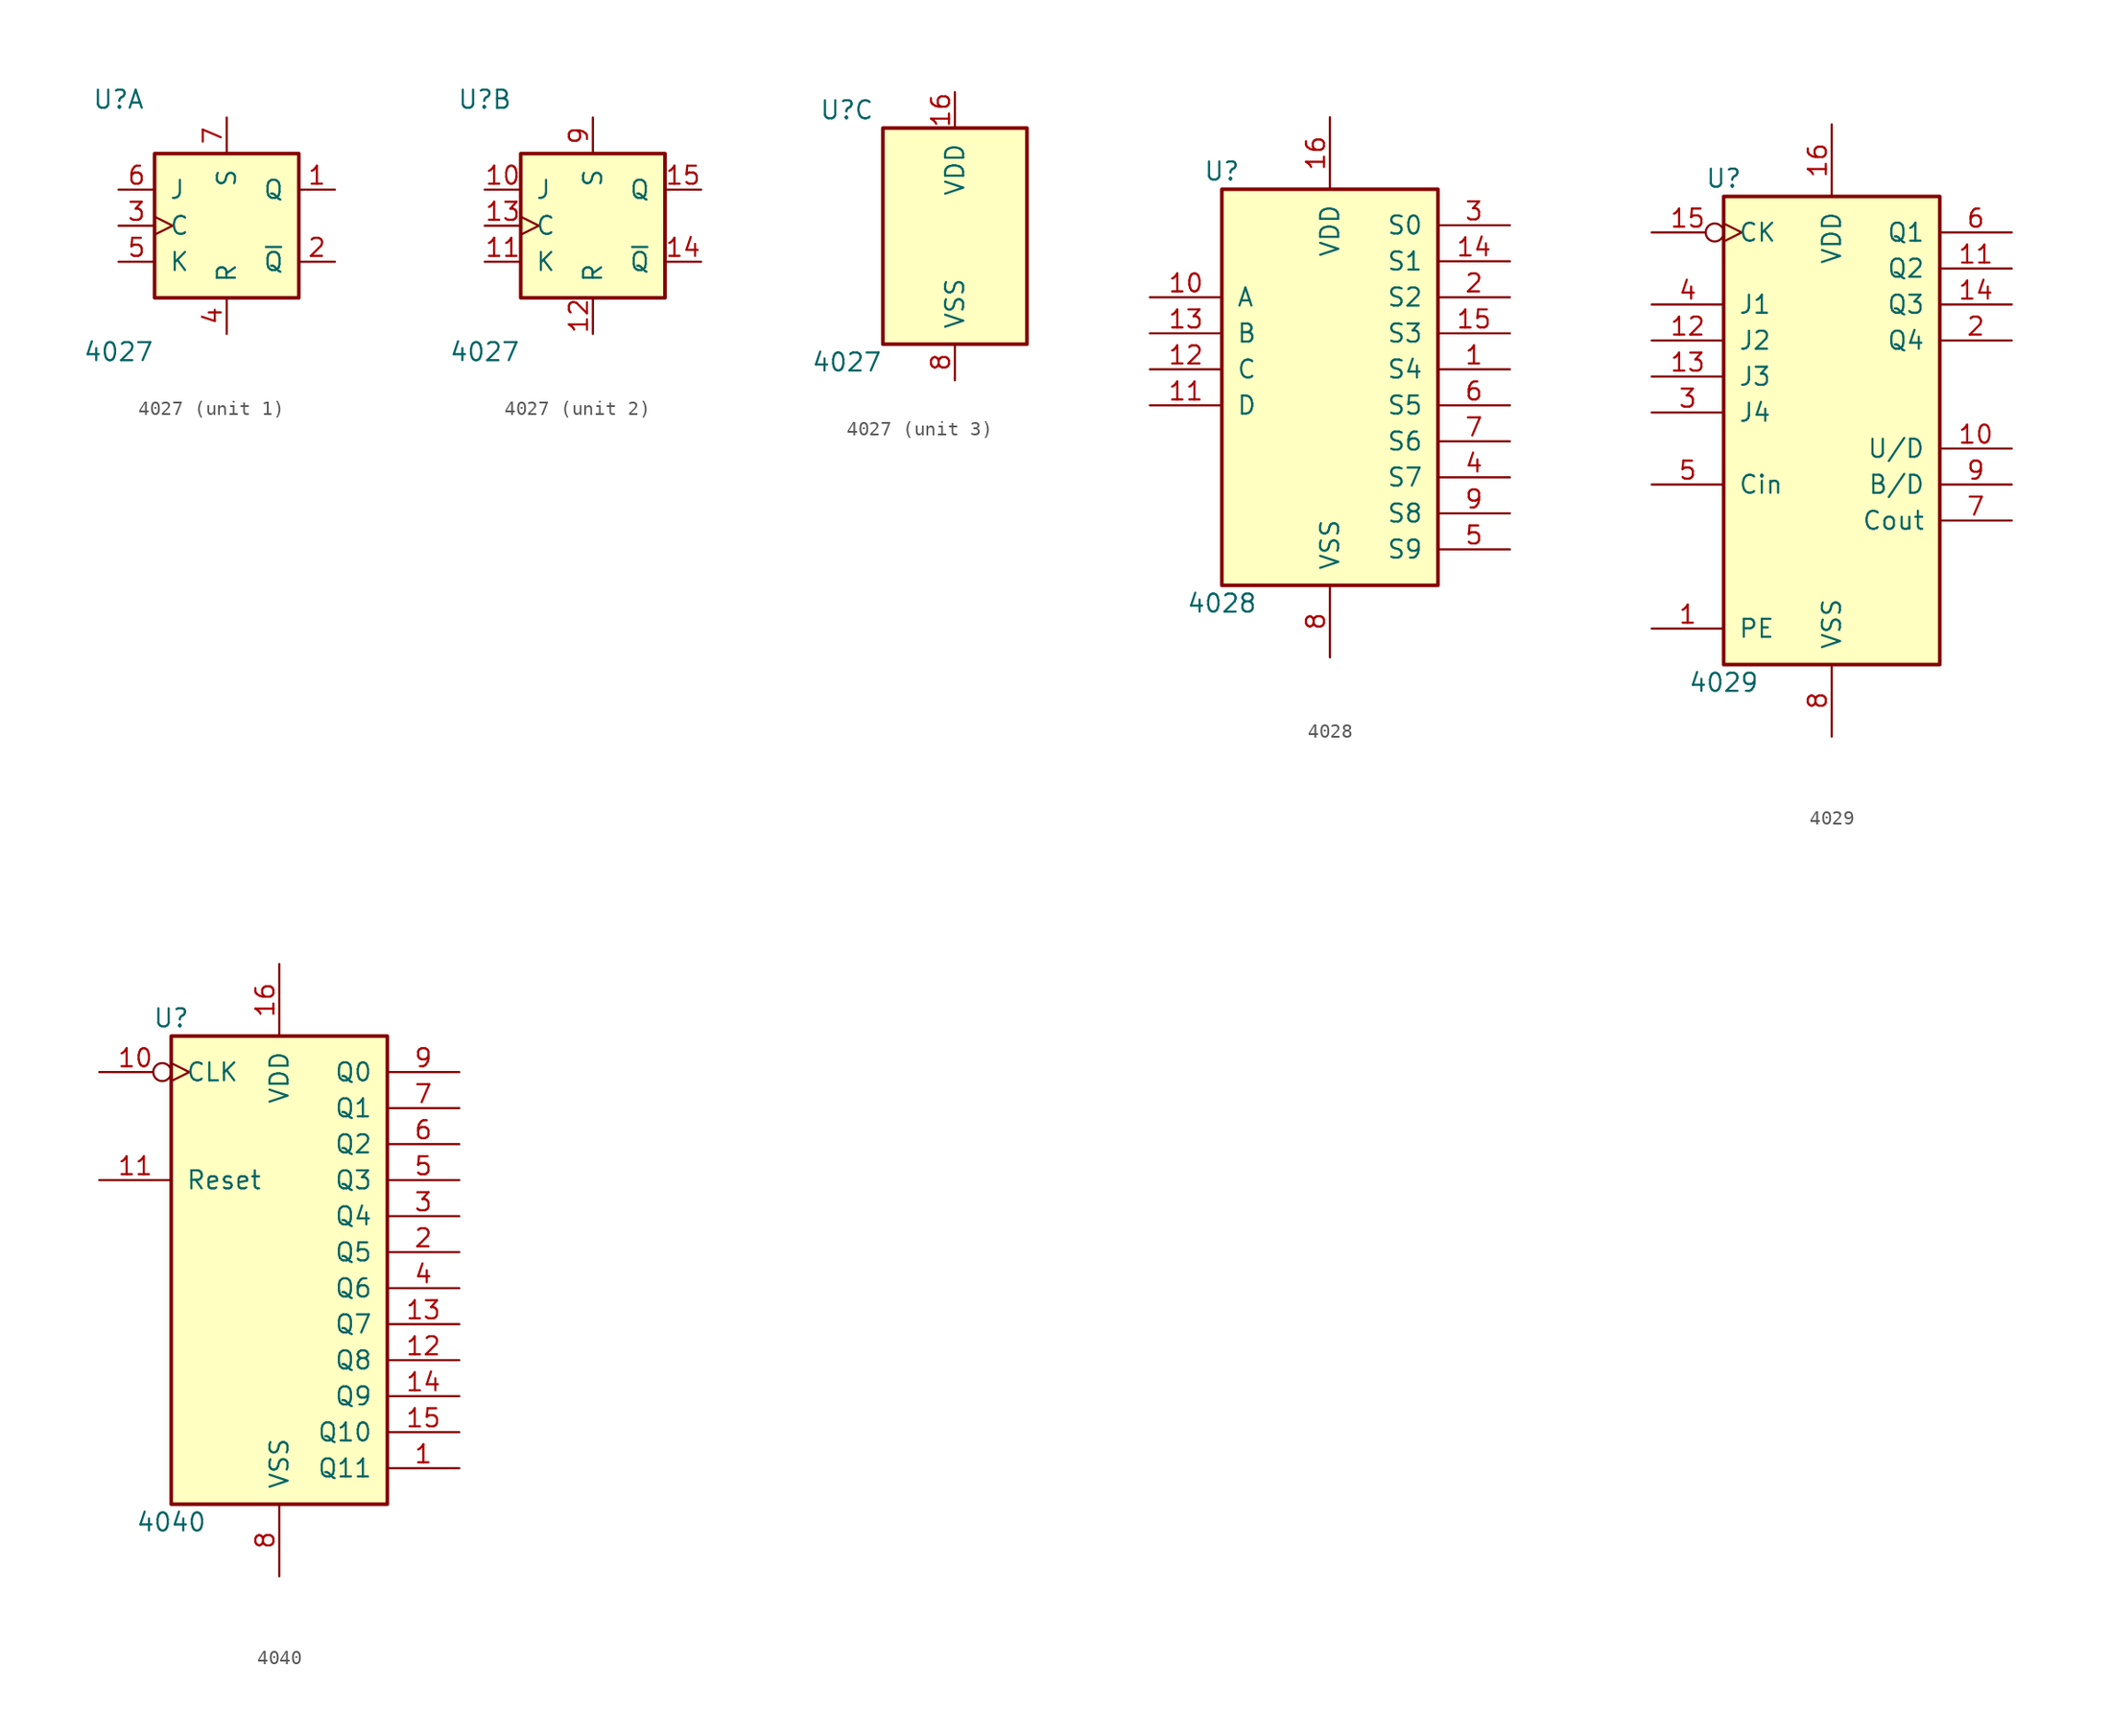
<source format=kicad_sym>
(kicad_symbol_lib
  (version 20201005)
  (generator kicad_symbol_editor)
  (symbol "4xxx:4027"
    (pin_names
      (offset 1.016))
    (property "Reference" "U"
      (at -7.62 8.89 0)
      (effects (font (size 1.27 1.27))))
    (property "Value" "4027"
      (at -7.62 -8.89 0)
      (effects (font (size 1.27 1.27))))
    (property "ki_locked" ""
      (at 0 0 0)
      (effects (font (size 1.27 1.27))))
    (symbol "4027_1_1"
      (rectangle (start -5.08 5.08) (end 5.08 -5.08) (stroke (width 0.254)) (fill (type background)))
      (pin output line (at 7.62 2.54 180) (length 2.54) (name "Q" (effects (font (size 1.27 1.27)))) (number "1" (effects (font (size 1.27 1.27)))))
      (pin output line (at 7.62 -2.54 180) (length 2.54) (name "~Q" (effects (font (size 1.27 1.27)))) (number "2" (effects (font (size 1.27 1.27)))))
      (pin input clock (at -7.62 0 0) (length 2.54) (name "C" (effects (font (size 1.27 1.27)))) (number "3" (effects (font (size 1.27 1.27)))))
      (pin input line (at 0 -7.62 90) (length 2.54) (name "R" (effects (font (size 1.27 1.27)))) (number "4" (effects (font (size 1.27 1.27)))))
      (pin input line (at -7.62 -2.54 0) (length 2.54) (name "K" (effects (font (size 1.27 1.27)))) (number "5" (effects (font (size 1.27 1.27)))))
      (pin input line (at -7.62 2.54 0) (length 2.54) (name "J" (effects (font (size 1.27 1.27)))) (number "6" (effects (font (size 1.27 1.27)))))
      (pin input line (at 0 7.62 270) (length 2.54) (name "S" (effects (font (size 1.27 1.27)))) (number "7" (effects (font (size 1.27 1.27))))))
    (symbol "4027_2_1"
      (rectangle (start -5.08 5.08) (end 5.08 -5.08) (stroke (width 0.254)) (fill (type background)))
      (pin input line (at -7.62 2.54 0) (length 2.54) (name "J" (effects (font (size 1.27 1.27)))) (number "10" (effects (font (size 1.27 1.27)))))
      (pin input line (at -7.62 -2.54 0) (length 2.54) (name "K" (effects (font (size 1.27 1.27)))) (number "11" (effects (font (size 1.27 1.27)))))
      (pin input line (at 0 -7.62 90) (length 2.54) (name "R" (effects (font (size 1.27 1.27)))) (number "12" (effects (font (size 1.27 1.27)))))
      (pin input clock (at -7.62 0 0) (length 2.54) (name "C" (effects (font (size 1.27 1.27)))) (number "13" (effects (font (size 1.27 1.27)))))
      (pin output line (at 7.62 -2.54 180) (length 2.54) (name "~Q" (effects (font (size 1.27 1.27)))) (number "14" (effects (font (size 1.27 1.27)))))
      (pin output line (at 7.62 2.54 180) (length 2.54) (name "Q" (effects (font (size 1.27 1.27)))) (number "15" (effects (font (size 1.27 1.27)))))
      (pin input line (at 0 7.62 270) (length 2.54) (name "S" (effects (font (size 1.27 1.27)))) (number "9" (effects (font (size 1.27 1.27))))))
    (symbol "4027_3_0"
      (pin power_in line (at 0 10.16 270) (length 2.54) (name "VDD" (effects (font (size 1.27 1.27)))) (number "16" (effects (font (size 1.27 1.27)))))
      (pin power_in line (at 0 -10.16 90) (length 2.54) (name "VSS" (effects (font (size 1.27 1.27)))) (number "8" (effects (font (size 1.27 1.27))))))
    (symbol "4027_3_1"
      (rectangle (start -5.08 7.62) (end 5.08 -7.62) (stroke (width 0.254)) (fill (type background)))))
  (symbol "4xxx:4028"
    (pin_names
      (offset 1.016))
    (property "Reference" "U"
      (at -7.62 13.97 0)
      (effects (font (size 1.27 1.27))))
    (property "Value" "4028"
      (at -7.62 -16.51 0)
      (effects (font (size 1.27 1.27))))
    (property "ki_locked" ""
      (at 0 0 0)
      (effects (font (size 1.27 1.27))))
    (symbol "4028_1_0"
      (pin output line (at 12.7 0 180) (length 5.08) (name "S4" (effects (font (size 1.27 1.27)))) (number "1" (effects (font (size 1.27 1.27)))))
      (pin input line (at -12.7 5.08 0) (length 5.08) (name "A" (effects (font (size 1.27 1.27)))) (number "10" (effects (font (size 1.27 1.27)))))
      (pin input line (at -12.7 -2.54 0) (length 5.08) (name "D" (effects (font (size 1.27 1.27)))) (number "11" (effects (font (size 1.27 1.27)))))
      (pin input line (at -12.7 0 0) (length 5.08) (name "C" (effects (font (size 1.27 1.27)))) (number "12" (effects (font (size 1.27 1.27)))))
      (pin input line (at -12.7 2.54 0) (length 5.08) (name "B" (effects (font (size 1.27 1.27)))) (number "13" (effects (font (size 1.27 1.27)))))
      (pin output line (at 12.7 7.62 180) (length 5.08) (name "S1" (effects (font (size 1.27 1.27)))) (number "14" (effects (font (size 1.27 1.27)))))
      (pin output line (at 12.7 2.54 180) (length 5.08) (name "S3" (effects (font (size 1.27 1.27)))) (number "15" (effects (font (size 1.27 1.27)))))
      (pin power_in line (at 0 17.78 270) (length 5.08) (name "VDD" (effects (font (size 1.27 1.27)))) (number "16" (effects (font (size 1.27 1.27)))))
      (pin output line (at 12.7 5.08 180) (length 5.08) (name "S2" (effects (font (size 1.27 1.27)))) (number "2" (effects (font (size 1.27 1.27)))))
      (pin output line (at 12.7 10.16 180) (length 5.08) (name "S0" (effects (font (size 1.27 1.27)))) (number "3" (effects (font (size 1.27 1.27)))))
      (pin output line (at 12.7 -7.62 180) (length 5.08) (name "S7" (effects (font (size 1.27 1.27)))) (number "4" (effects (font (size 1.27 1.27)))))
      (pin output line (at 12.7 -12.7 180) (length 5.08) (name "S9" (effects (font (size 1.27 1.27)))) (number "5" (effects (font (size 1.27 1.27)))))
      (pin output line (at 12.7 -2.54 180) (length 5.08) (name "S5" (effects (font (size 1.27 1.27)))) (number "6" (effects (font (size 1.27 1.27)))))
      (pin output line (at 12.7 -5.08 180) (length 5.08) (name "S6" (effects (font (size 1.27 1.27)))) (number "7" (effects (font (size 1.27 1.27)))))
      (pin power_in line (at 0 -20.32 90) (length 5.08) (name "VSS" (effects (font (size 1.27 1.27)))) (number "8" (effects (font (size 1.27 1.27)))))
      (pin output line (at 12.7 -10.16 180) (length 5.08) (name "S8" (effects (font (size 1.27 1.27)))) (number "9" (effects (font (size 1.27 1.27))))))
    (symbol "4028_1_1"
      (rectangle (start -7.62 12.7) (end 7.62 -15.24) (stroke (width 0.254)) (fill (type background)))))
  (symbol "4xxx:4029"
    (pin_names
      (offset 1.016))
    (property "Reference" "U"
      (at -7.62 16.51 0)
      (effects (font (size 1.27 1.27))))
    (property "Value" "4029"
      (at -7.62 -19.05 0)
      (effects (font (size 1.27 1.27))))
    (property "ki_locked" ""
      (at 0 0 0)
      (effects (font (size 1.27 1.27))))
    (symbol "4029_1_0"
      (pin input line (at -12.7 -15.24 0) (length 5.08) (name "PE" (effects (font (size 1.27 1.27)))) (number "1" (effects (font (size 1.27 1.27)))))
      (pin input line (at 12.7 -2.54 180) (length 5.08) (name "U/D" (effects (font (size 1.27 1.27)))) (number "10" (effects (font (size 1.27 1.27)))))
      (pin output line (at 12.7 10.16 180) (length 5.08) (name "Q2" (effects (font (size 1.27 1.27)))) (number "11" (effects (font (size 1.27 1.27)))))
      (pin input line (at -12.7 5.08 0) (length 5.08) (name "J2" (effects (font (size 1.27 1.27)))) (number "12" (effects (font (size 1.27 1.27)))))
      (pin input line (at -12.7 2.54 0) (length 5.08) (name "J3" (effects (font (size 1.27 1.27)))) (number "13" (effects (font (size 1.27 1.27)))))
      (pin output line (at 12.7 7.62 180) (length 5.08) (name "Q3" (effects (font (size 1.27 1.27)))) (number "14" (effects (font (size 1.27 1.27)))))
      (pin input inverted_clock (at -12.7 12.7 0) (length 5.08) (name "CK" (effects (font (size 1.27 1.27)))) (number "15" (effects (font (size 1.27 1.27)))))
      (pin power_in line (at 0 20.32 270) (length 5.08) (name "VDD" (effects (font (size 1.27 1.27)))) (number "16" (effects (font (size 1.27 1.27)))))
      (pin output line (at 12.7 5.08 180) (length 5.08) (name "Q4" (effects (font (size 1.27 1.27)))) (number "2" (effects (font (size 1.27 1.27)))))
      (pin input line (at -12.7 0 0) (length 5.08) (name "J4" (effects (font (size 1.27 1.27)))) (number "3" (effects (font (size 1.27 1.27)))))
      (pin input line (at -12.7 7.62 0) (length 5.08) (name "J1" (effects (font (size 1.27 1.27)))) (number "4" (effects (font (size 1.27 1.27)))))
      (pin input line (at -12.7 -5.08 0) (length 5.08) (name "Cin" (effects (font (size 1.27 1.27)))) (number "5" (effects (font (size 1.27 1.27)))))
      (pin output line (at 12.7 12.7 180) (length 5.08) (name "Q1" (effects (font (size 1.27 1.27)))) (number "6" (effects (font (size 1.27 1.27)))))
      (pin output line (at 12.7 -7.62 180) (length 5.08) (name "Cout" (effects (font (size 1.27 1.27)))) (number "7" (effects (font (size 1.27 1.27)))))
      (pin power_in line (at 0 -22.86 90) (length 5.08) (name "VSS" (effects (font (size 1.27 1.27)))) (number "8" (effects (font (size 1.27 1.27)))))
      (pin input line (at 12.7 -5.08 180) (length 5.08) (name "B/D" (effects (font (size 1.27 1.27)))) (number "9" (effects (font (size 1.27 1.27))))))
    (symbol "4029_1_1"
      (rectangle (start -7.62 15.24) (end 7.62 -17.78) (stroke (width 0.254)) (fill (type background)))))
  (symbol "4xxx:4040"
    (pin_names
      (offset 1.016))
    (property "Reference" "U"
      (at -7.62 16.51 0)
      (effects (font (size 1.27 1.27))))
    (property "Value" "4040"
      (at -7.62 -19.05 0)
      (effects (font (size 1.27 1.27))))
    (property "ki_locked" ""
      (at 0 0 0)
      (effects (font (size 1.27 1.27))))
    (symbol "4040_1_0"
      (pin output line (at 12.7 -15.24 180) (length 5.08) (name "Q11" (effects (font (size 1.27 1.27)))) (number "1" (effects (font (size 1.27 1.27)))))
      (pin input inverted_clock (at -12.7 12.7 0) (length 5.08) (name "CLK" (effects (font (size 1.27 1.27)))) (number "10" (effects (font (size 1.27 1.27)))))
      (pin input line (at -12.7 5.08 0) (length 5.08) (name "Reset" (effects (font (size 1.27 1.27)))) (number "11" (effects (font (size 1.27 1.27)))))
      (pin output line (at 12.7 -7.62 180) (length 5.08) (name "Q8" (effects (font (size 1.27 1.27)))) (number "12" (effects (font (size 1.27 1.27)))))
      (pin output line (at 12.7 -5.08 180) (length 5.08) (name "Q7" (effects (font (size 1.27 1.27)))) (number "13" (effects (font (size 1.27 1.27)))))
      (pin output line (at 12.7 -10.16 180) (length 5.08) (name "Q9" (effects (font (size 1.27 1.27)))) (number "14" (effects (font (size 1.27 1.27)))))
      (pin output line (at 12.7 -12.7 180) (length 5.08) (name "Q10" (effects (font (size 1.27 1.27)))) (number "15" (effects (font (size 1.27 1.27)))))
      (pin power_in line (at 0 20.32 270) (length 5.08) (name "VDD" (effects (font (size 1.27 1.27)))) (number "16" (effects (font (size 1.27 1.27)))))
      (pin output line (at 12.7 0 180) (length 5.08) (name "Q5" (effects (font (size 1.27 1.27)))) (number "2" (effects (font (size 1.27 1.27)))))
      (pin output line (at 12.7 2.54 180) (length 5.08) (name "Q4" (effects (font (size 1.27 1.27)))) (number "3" (effects (font (size 1.27 1.27)))))
      (pin output line (at 12.7 -2.54 180) (length 5.08) (name "Q6" (effects (font (size 1.27 1.27)))) (number "4" (effects (font (size 1.27 1.27)))))
      (pin output line (at 12.7 5.08 180) (length 5.08) (name "Q3" (effects (font (size 1.27 1.27)))) (number "5" (effects (font (size 1.27 1.27)))))
      (pin output line (at 12.7 7.62 180) (length 5.08) (name "Q2" (effects (font (size 1.27 1.27)))) (number "6" (effects (font (size 1.27 1.27)))))
      (pin output line (at 12.7 10.16 180) (length 5.08) (name "Q1" (effects (font (size 1.27 1.27)))) (number "7" (effects (font (size 1.27 1.27)))))
      (pin power_in line (at 0 -22.86 90) (length 5.08) (name "VSS" (effects (font (size 1.27 1.27)))) (number "8" (effects (font (size 1.27 1.27)))))
      (pin output line (at 12.7 12.7 180) (length 5.08) (name "Q0" (effects (font (size 1.27 1.27)))) (number "9" (effects (font (size 1.27 1.27))))))
    (symbol "4040_1_1"
      (rectangle (start -7.62 15.24) (end 7.62 -17.78) (stroke (width 0.254)) (fill (type background))))))
</source>
